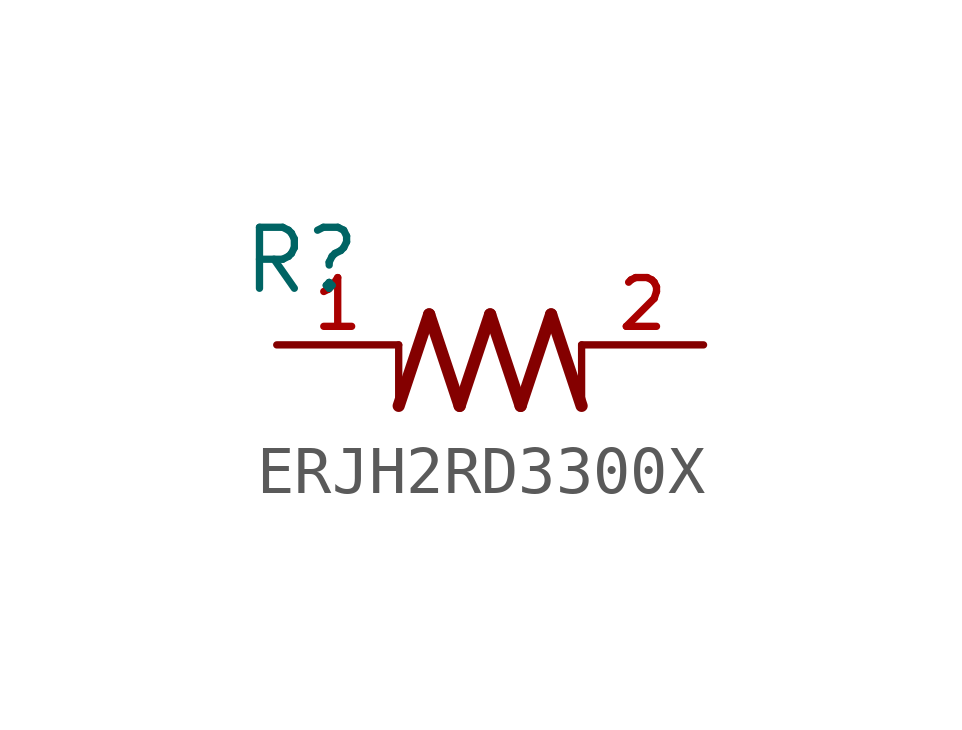
<source format=kicad_sym>
(kicad_symbol_lib
  (version 20241209)
  (generator "kicad_symbol_editor")
  (generator_version "9.0")
  (symbol "ERJH2RD3300X"
    (pin_names
      (offset 1.016))
    (property "Reference" "R"
      (at -0.762 1.016 0)
      (effects (font (size 1.27 1.27)) (justify left bottom)))
    (symbol "ERJH2RD3300X_0_0"
      (polyline (pts (xy 2.54 -1.27) (xy 3.175 0.635)) (stroke (width 0.254) (type default)) (fill (type none)))
      (polyline (pts (xy 3.175 0.635) (xy 3.81 -1.27)) (stroke (width 0.254) (type default)) (fill (type none)))
      (polyline (pts (xy 3.81 -1.27) (xy 4.445 0.635)) (stroke (width 0.254) (type default)) (fill (type none)))
      (polyline (pts (xy 4.445 0.635) (xy 5.08 -1.27)) (stroke (width 0.254) (type default)) (fill (type none)))
      (polyline (pts (xy 5.08 -1.27) (xy 5.715 0.635)) (stroke (width 0.254) (type default)) (fill (type none)))
      (polyline (pts (xy 5.715 0.635) (xy 6.35 -1.27)) (stroke (width 0.254) (type default)) (fill (type none))))
    (symbol "ERJH2RD3300X_0_1"
      (polyline (pts (xy 2.54 -1.27) (xy 2.54 0)) (stroke (width 0) (type default)) (fill (type none)))
      (polyline (pts (xy 6.35 -1.27) (xy 6.35 0)) (stroke (width 0) (type default)) (fill (type none))))
    (symbol "ERJH2RD3300X_1_0"
      (pin passive line (at 0 0 0) (length 2.54) (name "~" (effects (font (size 1.016 1.016)))) (number "1" (effects (font (size 1.016 1.016)))))
      (pin passive line (at 8.89 0 180) (length 2.54) (name "~" (effects (font (size 1.016 1.016)))) (number "2" (effects (font (size 1.016 1.016))))))))
</source>
